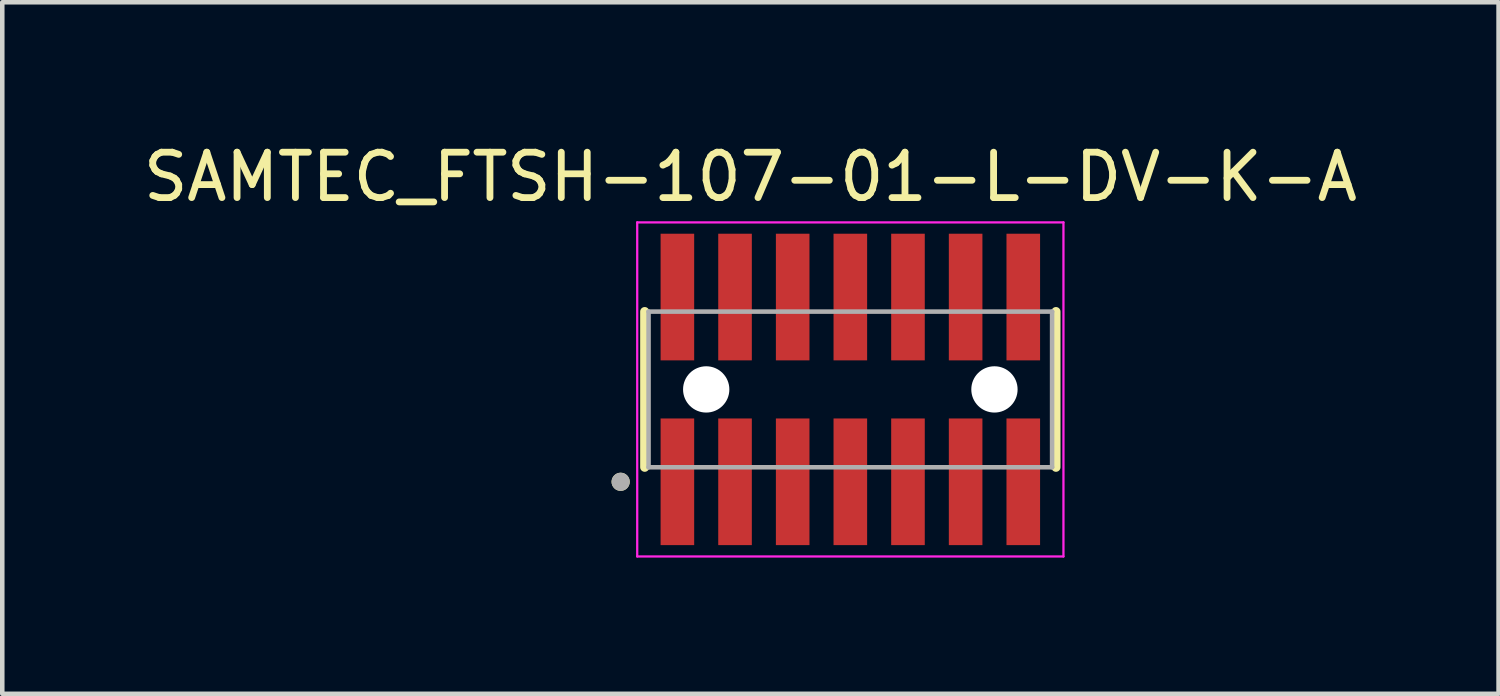
<source format=kicad_pcb>
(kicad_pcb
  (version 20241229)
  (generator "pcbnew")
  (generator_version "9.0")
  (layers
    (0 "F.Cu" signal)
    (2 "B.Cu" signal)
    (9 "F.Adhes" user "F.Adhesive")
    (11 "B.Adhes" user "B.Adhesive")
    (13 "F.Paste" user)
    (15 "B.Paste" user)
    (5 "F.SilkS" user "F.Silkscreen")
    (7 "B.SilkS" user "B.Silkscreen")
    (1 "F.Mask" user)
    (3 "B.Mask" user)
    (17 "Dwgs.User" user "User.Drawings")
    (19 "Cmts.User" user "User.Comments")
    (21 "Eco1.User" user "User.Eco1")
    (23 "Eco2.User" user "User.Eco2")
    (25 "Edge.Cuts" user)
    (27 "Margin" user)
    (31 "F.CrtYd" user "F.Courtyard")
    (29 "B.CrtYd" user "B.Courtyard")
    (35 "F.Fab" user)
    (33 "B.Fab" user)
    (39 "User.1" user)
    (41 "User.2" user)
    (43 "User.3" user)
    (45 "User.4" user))
  (footprint "SAMTEC_FTSH-107-01-L-DV-K-A"
    (layer "F.Cu")
    (at 15.683 5.529)
    (property "Reference" "SAMTEC_FTSH-107-01-L-DV-K-A" (at -2.201 -4.681 0) (layer "F.SilkS") (effects (font (size 1 1) (thickness 0.15))))
    (attr through_hole)
    (fp_circle (center -3.175 0) (end -2.614 0) (stroke (width 0.1) (type solid)) (fill no) (layer "B.Mask"))
    (fp_circle (center 3.175 0) (end 3.736 0) (stroke (width 0.1) (type solid)) (fill no) (layer "B.Mask"))
    (fp_line (start -4.53 -1.715) (end -4.53 1.715) (stroke (width 0.2) (type solid)) (layer "F.SilkS"))
    (fp_line (start 4.53 1.715) (end 4.53 -1.715) (stroke (width 0.2) (type solid)) (layer "F.SilkS"))
    (fp_circle (center -5.06 2.035) (end -4.96 2.035) (stroke (width 0.2) (type solid)) (fill no) (layer "F.SilkS"))
    (fp_poly (pts (xy -1.64 -3.427) (xy -0.9 -3.427) (xy -0.9 -0.637) (xy -1.64 -0.637)) (stroke (width 0.01) (type solid)) (fill yes) (layer "F.Paste"))
    (fp_poly (pts (xy -1.64 0.637) (xy -0.9 0.637) (xy -0.9 3.427) (xy -1.64 3.427)) (stroke (width 0.01) (type solid)) (fill yes) (layer "F.Paste"))
    (fp_poly (pts (xy -0.37 -3.427) (xy 0.37 -3.427) (xy 0.37 -0.637) (xy -0.37 -0.637)) (stroke (width 0.01) (type solid)) (fill yes) (layer "F.Paste"))
    (fp_poly (pts (xy -0.37 0.637) (xy 0.37 0.637) (xy 0.37 3.427) (xy -0.37 3.427)) (stroke (width 0.01) (type solid)) (fill yes) (layer "F.Paste"))
    (fp_poly (pts (xy 0.9 -3.427) (xy 1.64 -3.427) (xy 1.64 -0.637) (xy 0.9 -0.637)) (stroke (width 0.01) (type solid)) (fill yes) (layer "F.Paste"))
    (fp_poly (pts (xy 0.9 0.637) (xy 1.64 0.637) (xy 1.64 3.427) (xy 0.9 3.427)) (stroke (width 0.01) (type solid)) (fill yes) (layer "F.Paste"))
    (fp_poly (pts (xy 2.17 -3.427) (xy 2.91 -3.427) (xy 2.91 -0.637) (xy 2.17 -0.637)) (stroke (width 0.01) (type solid)) (fill yes) (layer "F.Paste"))
    (fp_poly (pts (xy 2.17 0.637) (xy 2.91 0.637) (xy 2.91 3.427) (xy 2.17 3.427)) (stroke (width 0.01) (type solid)) (fill yes) (layer "F.Paste"))
    (fp_poly (pts (xy 3.44 -3.427) (xy 4.18 -3.427) (xy 4.18 -0.637) (xy 3.44 -0.637)) (stroke (width 0.01) (type solid)) (fill yes) (layer "F.Paste"))
    (fp_poly (pts (xy 3.44 0.637) (xy 4.18 0.637) (xy 4.18 3.427) (xy 3.44 3.427)) (stroke (width 0.01) (type solid)) (fill yes) (layer "F.Paste"))
    (fp_line (start -4.695 -3.68) (end 4.695 -3.68) (stroke (width 0.05) (type solid)) (layer "F.CrtYd"))
    (fp_line (start -4.695 3.68) (end -4.695 -3.68) (stroke (width 0.05) (type solid)) (layer "F.CrtYd"))
    (fp_line (start 4.695 -3.68) (end 4.695 3.68) (stroke (width 0.05) (type solid)) (layer "F.CrtYd"))
    (fp_line (start 4.695 3.68) (end -4.695 3.68) (stroke (width 0.05) (type solid)) (layer "F.CrtYd"))
    (fp_line (start -4.445 1.715) (end -4.445 -1.715) (stroke (width 0.1) (type solid)) (layer "F.Fab"))
    (fp_line (start -4.445 1.715) (end 4.445 1.715) (stroke (width 0.1) (type solid)) (layer "F.Fab"))
    (fp_line (start 4.445 -1.715) (end -4.445 -1.715) (stroke (width 0.1) (type solid)) (layer "F.Fab"))
    (fp_line (start 4.445 1.715) (end 4.445 -1.715) (stroke (width 0.1) (type solid)) (layer "F.Fab"))
    (fp_circle (center -5.06 2.035) (end -4.96 2.035) (stroke (width 0.2) (type solid)) (fill no) (layer "F.Fab"))
    (pad "" np_thru_hole circle (at -3.175 0) (size 1.02 1.02) (drill 1.02) (layers "*.Cu" "*.Mask"))
    (pad "" np_thru_hole circle (at 3.175 0) (size 1.02 1.02) (drill 1.02) (layers "*.Cu" "*.Mask"))
    (pad "01" smd rect (at -3.81 2.035) (size 0.74 2.79) (layers "F.Cu" "F.Mask" "F.Paste"))
    (pad "02" smd rect (at -3.81 -2.035) (size 0.74 2.79) (layers "F.Cu" "F.Mask" "F.Paste"))
    (pad "03" smd rect (at -2.54 2.035) (size 0.74 2.79) (layers "F.Cu" "F.Mask" "F.Paste"))
    (pad "04" smd rect (at -2.54 -2.035) (size 0.74 2.79) (layers "F.Cu" "F.Mask" "F.Paste"))
    (pad "05" smd rect (at -1.27 2.035) (size 0.74 2.79) (layers "F.Cu" "F.Mask" "F.Paste"))
    (pad "06" smd rect (at -1.27 -2.035) (size 0.74 2.79) (layers "F.Cu" "F.Mask" "F.Paste"))
    (pad "07" smd rect (at 0 2.035) (size 0.74 2.79) (layers "F.Cu" "F.Mask" "F.Paste"))
    (pad "08" smd rect (at 0 -2.035) (size 0.74 2.79) (layers "F.Cu" "F.Mask" "F.Paste"))
    (pad "09" smd rect (at 1.27 2.035) (size 0.74 2.79) (layers "F.Cu" "F.Mask" "F.Paste"))
    (pad "10" smd rect (at 1.27 -2.035) (size 0.74 2.79) (layers "F.Cu" "F.Mask" "F.Paste"))
    (pad "11" smd rect (at 2.54 2.035) (size 0.74 2.79) (layers "F.Cu" "F.Mask" "F.Paste"))
    (pad "12" smd rect (at 2.54 -2.035) (size 0.74 2.79) (layers "F.Cu" "F.Mask" "F.Paste"))
    (pad "13" smd rect (at 3.81 2.035) (size 0.74 2.79) (layers "F.Cu" "F.Mask" "F.Paste"))
    (pad "14" smd rect (at 3.81 -2.035) (size 0.74 2.79) (layers "F.Cu" "F.Mask" "F.Paste")))
  (gr_rect
    (start -3 -3)
    (end 29.964 12.234)
    (stroke (width 0.1) (type default))
    (fill no)
    (layer "Edge.Cuts")))
</source>
